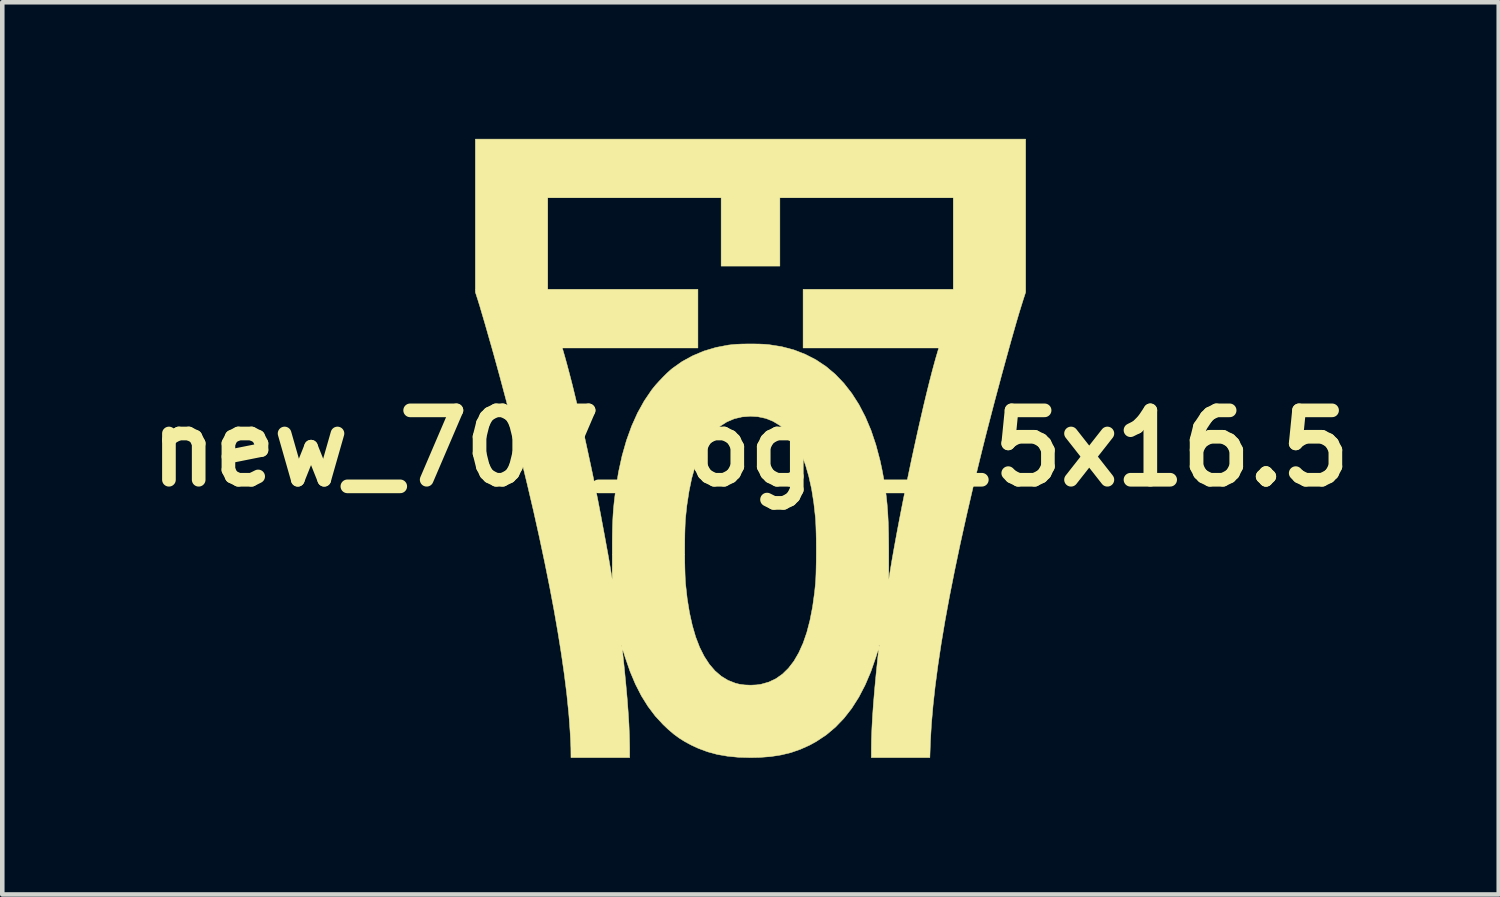
<source format=kicad_pcb>
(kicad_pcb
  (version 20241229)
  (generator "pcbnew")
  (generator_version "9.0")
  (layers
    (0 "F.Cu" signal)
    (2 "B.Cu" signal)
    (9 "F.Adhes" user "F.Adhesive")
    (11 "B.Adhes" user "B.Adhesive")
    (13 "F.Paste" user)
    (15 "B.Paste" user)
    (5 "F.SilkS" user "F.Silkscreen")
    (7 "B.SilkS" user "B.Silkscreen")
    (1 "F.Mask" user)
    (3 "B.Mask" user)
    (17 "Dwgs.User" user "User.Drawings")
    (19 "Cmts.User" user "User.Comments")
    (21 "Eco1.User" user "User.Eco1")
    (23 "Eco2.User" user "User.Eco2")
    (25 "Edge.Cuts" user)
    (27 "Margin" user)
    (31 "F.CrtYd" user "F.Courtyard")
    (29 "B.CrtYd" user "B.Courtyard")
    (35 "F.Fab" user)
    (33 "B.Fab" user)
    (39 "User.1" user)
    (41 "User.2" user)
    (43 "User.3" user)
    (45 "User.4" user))
  (footprint "new_707_logo_15x16.5"
    (layer "F.Cu")
    (at 13.433 6.797)
    (property "Reference" "new_707_logo_15x16.5" (at 0 0 0) (layer "F.SilkS") (effects (font (size 1.524 1.524) (thickness 0.3))))
    (attr through_hole)
    (fp_poly (pts (xy 6.043 -3.429) (xy 5.989 -3.263) (xy 5.946 -3.126) (xy 5.896 -2.963) (xy 5.841 -2.777) (xy 5.782 -2.57) (xy 5.718 -2.346) (xy 5.652 -2.107) (xy 5.583 -1.856) (xy 5.512 -1.597) (xy 5.441 -1.331) (xy 5.369 -1.063) (xy 5.299 -0.795) (xy 5.23 -0.529) (xy 5.163 -0.269) (xy 5.1 -0.018) (xy 5.051 0.18) (xy 4.889 0.848) (xy 4.741 1.489) (xy 4.605 2.102) (xy 4.482 2.689) (xy 4.371 3.249) (xy 4.273 3.783) (xy 4.188 4.289) (xy 4.116 4.769) (xy 4.056 5.222) (xy 4.009 5.648) (xy 3.974 6.048) (xy 3.952 6.421) (xy 3.949 6.504) (xy 3.939 6.792) (xy 2.654 6.792) (xy 2.654 6.594) (xy 2.657 6.384) (xy 2.666 6.151) (xy 2.68 5.892) (xy 2.7 5.608) (xy 2.726 5.297) (xy 2.758 4.958) (xy 2.796 4.592) (xy 2.812 4.445) (xy 2.813 4.424) (xy 2.807 4.428) (xy 2.795 4.458) (xy 2.775 4.515) (xy 2.755 4.581) (xy 2.644 4.902) (xy 2.518 5.197) (xy 2.378 5.466) (xy 2.222 5.711) (xy 2.051 5.93) (xy 1.864 6.124) (xy 1.662 6.294) (xy 1.443 6.439) (xy 1.297 6.519) (xy 1.096 6.609) (xy 0.89 6.681) (xy 0.675 6.733) (xy 0.446 6.769) (xy 0.199 6.788) (xy 0 6.792) (xy -0.264 6.785) (xy -0.506 6.761) (xy -0.731 6.722) (xy -0.944 6.664) (xy -1.148 6.588) (xy -1.297 6.519) (xy -1.439 6.443) (xy -1.565 6.364) (xy -1.684 6.277) (xy -1.804 6.175) (xy -1.917 6.068) (xy -2.092 5.879) (xy -2.251 5.668) (xy -2.396 5.436) (xy -2.527 5.18) (xy -2.645 4.9) (xy -2.751 4.593) (xy -2.755 4.581) (xy -2.78 4.501) (xy -2.798 4.45) (xy -2.809 4.425) (xy -2.813 4.426) (xy -2.812 4.445) (xy -2.772 4.822) (xy -2.738 5.172) (xy -2.709 5.493) (xy -2.687 5.787) (xy -2.67 6.056) (xy -2.66 6.299) (xy -2.655 6.517) (xy -2.654 6.594) (xy -2.654 6.792) (xy -3.943 6.792) (xy -3.944 6.669) (xy -3.945 6.584) (xy -3.949 6.475) (xy -3.955 6.349) (xy -3.963 6.212) (xy -3.973 6.071) (xy -3.983 5.93) (xy -3.994 5.798) (xy -3.997 5.773) (xy -4.037 5.38) (xy -4.09 4.96) (xy -4.154 4.516) (xy -4.183 4.333) (xy -2.834 4.333) (xy -2.828 4.346) (xy -2.824 4.343) (xy -2.822 4.325) (xy -2.824 4.323) (xy -2.833 4.325) (xy -2.834 4.333) (xy -4.183 4.333) (xy -4.229 4.047) (xy -4.315 3.554) (xy -4.412 3.04) (xy -4.52 2.504) (xy -4.638 1.948) (xy -4.766 1.373) (xy -4.905 0.781) (xy -5.053 0.171) (xy -5.21 -0.455) (xy -5.377 -1.095) (xy -5.505 -1.574) (xy -5.547 -1.727) (xy -5.592 -1.89) (xy -5.639 -2.061) (xy -5.688 -2.235) (xy -5.738 -2.408) (xy -5.786 -2.577) (xy -5.832 -2.738) (xy -5.876 -2.887) (xy -5.915 -3.019) (xy -5.948 -3.132) (xy -5.976 -3.22) (xy -5.982 -3.241) (xy -6.043 -3.43) (xy -6.043 -5.503) (xy -4.453 -5.503) (xy -4.453 -3.494) (xy -1.155 -3.494) (xy -1.155 -2.204) (xy -4.133 -2.204) (xy -4.082 -2.028) (xy -4.03 -1.84) (xy -3.973 -1.626) (xy -3.912 -1.389) (xy -3.849 -1.13) (xy -3.783 -0.855) (xy -3.715 -0.564) (xy -3.647 -0.263) (xy -3.579 0.048) (xy -3.511 0.364) (xy -3.444 0.682) (xy -3.404 0.877) (xy -3.38 0.998) (xy -3.352 1.139) (xy -3.322 1.294) (xy -3.29 1.461) (xy -3.258 1.634) (xy -3.225 1.809) (xy -3.193 1.982) (xy -3.163 2.149) (xy -3.134 2.305) (xy -3.109 2.447) (xy -3.088 2.57) (xy -3.071 2.67) (xy -3.065 2.71) (xy -3.054 2.777) (xy -3.045 2.831) (xy -3.039 2.867) (xy -3.037 2.879) (xy -3.037 2.864) (xy -3.037 2.823) (xy -3.037 2.758) (xy -3.037 2.672) (xy -3.036 2.569) (xy -3.036 2.452) (xy -3.036 2.323) (xy -3.036 2.26) (xy -3.036 2.179) (xy -1.445 2.179) (xy -1.445 2.338) (xy -1.444 2.494) (xy -1.441 2.641) (xy -1.437 2.775) (xy -1.432 2.889) (xy -1.427 2.969) (xy -1.39 3.303) (xy -1.34 3.609) (xy -1.278 3.889) (xy -1.204 4.143) (xy -1.117 4.369) (xy -1.017 4.568) (xy -0.905 4.74) (xy -0.781 4.885) (xy -0.644 5.003) (xy -0.495 5.094) (xy -0.334 5.157) (xy -0.24 5.181) (xy -0.126 5.196) (xy 0.003 5.201) (xy 0.13 5.195) (xy 0.228 5.182) (xy 0.398 5.134) (xy 0.556 5.06) (xy 0.701 4.958) (xy 0.833 4.829) (xy 0.953 4.673) (xy 1.06 4.489) (xy 1.13 4.333) (xy 2.819 4.333) (xy 2.824 4.346) (xy 2.829 4.343) (xy 2.831 4.325) (xy 2.829 4.323) (xy 2.82 4.325) (xy 2.819 4.333) (xy 1.13 4.333) (xy 1.155 4.279) (xy 1.237 4.041) (xy 1.306 3.776) (xy 1.363 3.484) (xy 1.407 3.165) (xy 1.427 2.969) (xy 1.433 2.877) (xy 1.438 2.761) (xy 1.441 2.626) (xy 1.444 2.477) (xy 1.445 2.321) (xy 1.445 2.162) (xy 1.444 2.006) (xy 1.441 1.858) (xy 1.437 1.725) (xy 1.432 1.611) (xy 1.427 1.529) (xy 1.39 1.197) (xy 1.342 0.892) (xy 1.28 0.614) (xy 1.207 0.362) (xy 1.121 0.138) (xy 1.023 -0.061) (xy 0.912 -0.232) (xy 0.788 -0.378) (xy 0.782 -0.385) (xy 0.645 -0.503) (xy 0.496 -0.594) (xy 0.336 -0.658) (xy 0.163 -0.695) (xy 0 -0.705) (xy -0.186 -0.691) (xy -0.359 -0.65) (xy -0.519 -0.582) (xy -0.667 -0.487) (xy -0.803 -0.364) (xy -0.925 -0.215) (xy -1.036 -0.038) (xy -1.133 0.166) (xy -1.218 0.398) (xy -1.291 0.656) (xy -1.35 0.942) (xy -1.398 1.255) (xy -1.427 1.529) (xy -1.433 1.621) (xy -1.438 1.738) (xy -1.442 1.873) (xy -1.444 2.022) (xy -1.445 2.179) (xy -3.036 2.179) (xy -3.036 2.062) (xy -3.034 1.888) (xy -3.031 1.735) (xy -3.026 1.596) (xy -3.019 1.466) (xy -3.01 1.341) (xy -2.998 1.215) (xy -2.983 1.084) (xy -2.965 0.942) (xy -2.96 0.903) (xy -2.899 0.521) (xy -2.82 0.161) (xy -2.724 -0.175) (xy -2.611 -0.488) (xy -2.481 -0.777) (xy -2.334 -1.042) (xy -2.171 -1.282) (xy -2.146 -1.314) (xy -2.083 -1.391) (xy -2.006 -1.476) (xy -1.923 -1.563) (xy -1.84 -1.646) (xy -1.763 -1.716) (xy -1.717 -1.755) (xy -1.502 -1.907) (xy -1.269 -2.034) (xy -1.022 -2.138) (xy -0.76 -2.216) (xy -0.488 -2.268) (xy -0.402 -2.278) (xy -0.308 -2.286) (xy -0.192 -2.291) (xy -0.064 -2.293) (xy 0.068 -2.293) (xy 0.196 -2.291) (xy 0.311 -2.286) (xy 0.402 -2.278) (xy 0.683 -2.234) (xy 0.949 -2.164) (xy 1.2 -2.067) (xy 1.436 -1.946) (xy 1.657 -1.799) (xy 1.862 -1.627) (xy 2.051 -1.429) (xy 2.224 -1.208) (xy 2.382 -0.961) (xy 2.522 -0.691) (xy 2.647 -0.396) (xy 2.754 -0.077) (xy 2.845 0.265) (xy 2.886 0.457) (xy 2.923 0.653) (xy 2.954 0.844) (xy 2.979 1.033) (xy 3 1.226) (xy 3.015 1.427) (xy 3.026 1.642) (xy 3.032 1.875) (xy 3.035 2.131) (xy 3.036 2.246) (xy 3.036 2.881) (xy 3.063 2.719) (xy 3.108 2.447) (xy 3.159 2.159) (xy 3.214 1.859) (xy 3.273 1.548) (xy 3.335 1.23) (xy 3.399 0.909) (xy 3.466 0.585) (xy 3.533 0.264) (xy 3.602 -0.053) (xy 3.67 -0.362) (xy 3.738 -0.661) (xy 3.804 -0.947) (xy 3.869 -1.217) (xy 3.931 -1.467) (xy 3.99 -1.696) (xy 4.045 -1.899) (xy 4.076 -2.008) (xy 4.134 -2.204) (xy 1.155 -2.204) (xy 1.155 -3.494) (xy 4.453 -3.494) (xy 4.453 -5.503) (xy 0.645 -5.503) (xy 0.645 -4.003) (xy -0.645 -4.003) (xy -0.645 -5.503) (xy -4.453 -5.503) (xy -6.043 -5.503) (xy -6.043 -6.792) (xy 6.043 -6.792) (xy 6.043 -3.429)) (stroke (width 0.01) (type solid)) (fill yes) (layer "F.SilkS")))
  (gr_rect
    (start -3 -3)
    (end 29.866 16.595)
    (stroke (width 0.1) (type default))
    (fill no)
    (layer "Edge.Cuts")))
</source>
